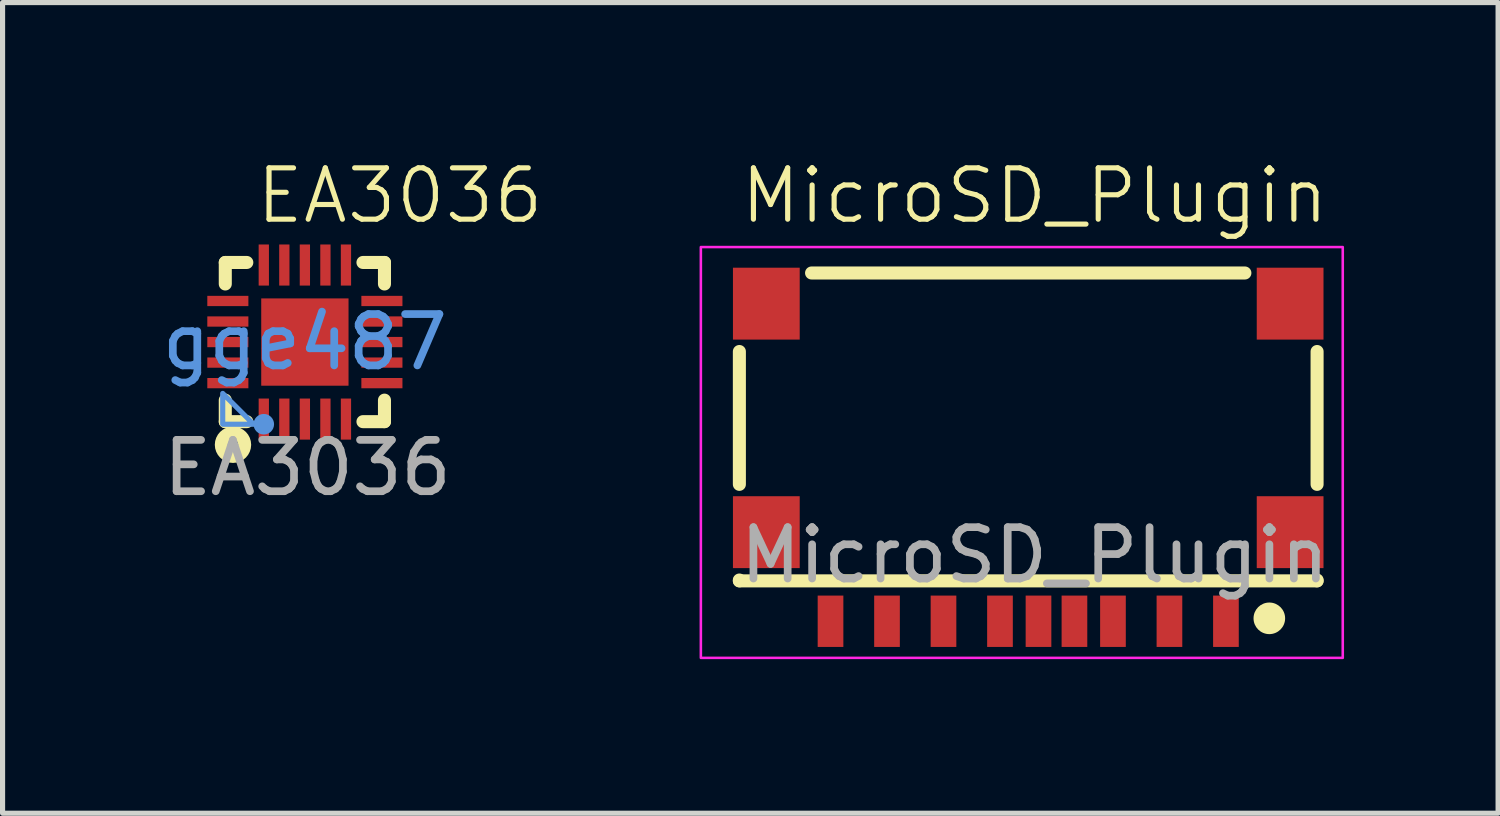
<source format=kicad_pcb>
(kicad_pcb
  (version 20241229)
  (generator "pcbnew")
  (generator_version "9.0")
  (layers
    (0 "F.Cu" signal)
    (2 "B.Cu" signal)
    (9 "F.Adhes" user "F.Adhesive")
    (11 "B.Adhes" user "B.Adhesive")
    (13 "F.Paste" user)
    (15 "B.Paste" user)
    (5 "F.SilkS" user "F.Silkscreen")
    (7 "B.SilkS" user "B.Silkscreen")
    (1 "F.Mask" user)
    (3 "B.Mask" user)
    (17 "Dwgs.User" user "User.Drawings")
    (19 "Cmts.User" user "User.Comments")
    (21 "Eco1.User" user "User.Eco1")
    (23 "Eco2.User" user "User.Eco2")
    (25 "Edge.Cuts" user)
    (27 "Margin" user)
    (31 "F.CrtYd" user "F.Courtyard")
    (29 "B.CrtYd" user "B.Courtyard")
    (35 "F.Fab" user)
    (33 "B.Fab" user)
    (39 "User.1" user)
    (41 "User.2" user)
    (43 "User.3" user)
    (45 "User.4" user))
  (footprint "EA3036"
    (layer "F.Cu")
    (at 2.937 3.561)
    (property "Reference" "EA3036" (at 1.8 -2.8 0) (unlocked yes) (layer "F.SilkS") (effects (font (size 1 1) (thickness 0.1))))
    (attr smd)
    (fp_line (start -1.6 -1.081) (end -1.6 -1.5) (stroke (width 0.254) (type solid)) (layer "F.SilkS"))
    (fp_line (start -1.6 1.6) (end -1.6 1.181) (stroke (width 0.254) (type solid)) (layer "F.SilkS"))
    (fp_line (start -1.6 1.6) (end -1.181 1.6) (stroke (width 0.254) (type solid)) (layer "F.SilkS"))
    (fp_line (start -1.181 -1.5) (end -1.6 -1.5) (stroke (width 0.254) (type solid)) (layer "F.SilkS"))
    (fp_line (start 1.081 1.6) (end 1.5 1.6) (stroke (width 0.254) (type solid)) (layer "F.SilkS"))
    (fp_line (start 1.5 -1.5) (end 1.081 -1.5) (stroke (width 0.254) (type solid)) (layer "F.SilkS"))
    (fp_line (start 1.5 -1.5) (end 1.5 -1.081) (stroke (width 0.254) (type solid)) (layer "F.SilkS"))
    (fp_line (start 1.5 1.181) (end 1.5 1.6) (stroke (width 0.254) (type solid)) (layer "F.SilkS"))
    (fp_circle (center -1.45 2.05) (end -1.35 2.05) (stroke (width 0.254) (type solid)) (fill no) (layer "F.SilkS"))
    (fp_circle (center -0.85 1.65) (end -0.75 1.65) (stroke (width 0.2) (type solid)) (fill no) (layer "Cmts.User"))
    (fp_poly (pts (xy -1.65 1.65) (xy -1.65 1.05) (xy -1.05 1.65)) (stroke (width 0.1) (type solid)) (fill no) (layer "Cmts.User"))
    (fp_text user "gge487" (at -0.05 0.05 0) (layer "Cmts.User") (effects (font (size 1 1) (thickness 0.15))))
    (fp_text user "${REFERENCE}" (at 0 2.5 0) (unlocked yes) (layer "F.Fab") (effects (font (size 1 1) (thickness 0.15))))
    (pad "1" smd rect (at -0.85 1.55 180) (size 0.2 0.8) (layers "F.Cu" "F.Mask" "F.Paste"))
    (pad "2" smd rect (at -0.45 1.55 180) (size 0.2 0.8) (layers "F.Cu" "F.Mask" "F.Paste"))
    (pad "3" smd rect (at -0.05 1.55 180) (size 0.2 0.8) (layers "F.Cu" "F.Mask" "F.Paste"))
    (pad "4" smd rect (at 0.35 1.55 180) (size 0.2 0.8) (layers "F.Cu" "F.Mask" "F.Paste"))
    (pad "5" smd rect (at 0.75 1.55 180) (size 0.2 0.8) (layers "F.Cu" "F.Mask" "F.Paste"))
    (pad "6" smd rect (at 1.45 0.85 90) (size 0.2 0.8) (layers "F.Cu" "F.Mask" "F.Paste"))
    (pad "7" smd rect (at 1.45 0.45 90) (size 0.2 0.8) (layers "F.Cu" "F.Mask" "F.Paste"))
    (pad "8" smd rect (at 1.45 0.05 90) (size 0.2 0.8) (layers "F.Cu" "F.Mask" "F.Paste"))
    (pad "9" smd rect (at 1.45 -0.35 90) (size 0.2 0.8) (layers "F.Cu" "F.Mask" "F.Paste"))
    (pad "10" smd rect (at 1.45 -0.75 90) (size 0.2 0.8) (layers "F.Cu" "F.Mask" "F.Paste"))
    (pad "11" smd rect (at 0.75 -1.45 180) (size 0.2 0.8) (layers "F.Cu" "F.Mask" "F.Paste"))
    (pad "12" smd rect (at 0.35 -1.45 180) (size 0.2 0.8) (layers "F.Cu" "F.Mask" "F.Paste"))
    (pad "13" smd rect (at -0.05 -1.45 180) (size 0.2 0.8) (layers "F.Cu" "F.Mask" "F.Paste"))
    (pad "14" smd rect (at -0.45 -1.45 180) (size 0.2 0.8) (layers "F.Cu" "F.Mask" "F.Paste"))
    (pad "15" smd rect (at -0.85 -1.45 180) (size 0.2 0.8) (layers "F.Cu" "F.Mask" "F.Paste"))
    (pad "16" smd rect (at -1.55 -0.75 270) (size 0.2 0.8) (layers "F.Cu" "F.Mask" "F.Paste"))
    (pad "17" smd rect (at -1.55 -0.35 270) (size 0.2 0.8) (layers "F.Cu" "F.Mask" "F.Paste"))
    (pad "18" smd rect (at -1.55 0.05 270) (size 0.2 0.8) (layers "F.Cu" "F.Mask" "F.Paste"))
    (pad "19" smd rect (at -1.55 0.45 270) (size 0.2 0.8) (layers "F.Cu" "F.Mask" "F.Paste"))
    (pad "20" smd rect (at -1.55 0.85 270) (size 0.2 0.8) (layers "F.Cu" "F.Mask" "F.Paste"))
    (pad "21" smd rect (at -0.05 0.05 270) (size 1.7 1.7) (layers "F.Cu" "F.Mask" "F.Paste")))
  (footprint "MicroSD_Plugin"
    (layer "F.Cu")
    (at 17.098 5.261)
    (property "Reference" "MicroSD_Plugin" (at 0 -4.5 0) (unlocked yes) (layer "F.SilkS") (effects (font (size 1 1) (thickness 0.1))))
    (attr smd)
    (fp_line (start -5.75 1.121) (end -5.75 -1.466) (stroke (width 0.254) (type solid)) (layer "F.SilkS"))
    (fp_line (start -5.75 3) (end -5.75 2.984) (stroke (width 0.254) (type solid)) (layer "F.SilkS"))
    (fp_line (start -4.344 -2.995) (end 4.094 -2.995) (stroke (width 0.254) (type solid)) (layer "F.SilkS"))
    (fp_line (start 5.5 -1.466) (end 5.5 1.121) (stroke (width 0.254) (type solid)) (layer "F.SilkS"))
    (fp_line (start 5.5 2.984) (end 5.5 3) (stroke (width 0.254) (type solid)) (layer "F.SilkS"))
    (fp_line (start 5.5 3) (end -5.75 3) (stroke (width 0.254) (type solid)) (layer "F.SilkS"))
    (fp_circle (center 4.57 3.73) (end 4.75 3.745) (stroke (width 0.254) (type solid)) (fill yes) (layer "F.SilkS"))
    (fp_rect (start -6.5 -3.5) (end 6 4.5) (stroke (width 0.05) (type default)) (fill no) (layer "F.CrtYd"))
    (fp_text user "${REFERENCE}" (at 0 2.5 0) (unlocked yes) (layer "F.Fab") (effects (font (size 1 1) (thickness 0.15))))
    (pad "1" smd rect (at 3.725 3.787) (size 0.5 1) (layers "F.Cu" "F.Mask" "F.Paste"))
    (pad "2" smd rect (at 2.625 3.787) (size 0.5 1) (layers "F.Cu" "F.Mask" "F.Paste"))
    (pad "3" smd rect (at 1.525 3.787) (size 0.5 1) (layers "F.Cu" "F.Mask" "F.Paste"))
    (pad "4" smd rect (at 0.775 3.787) (size 0.5 1) (layers "F.Cu" "F.Mask" "F.Paste"))
    (pad "5" smd rect (at -0.675 3.787) (size 0.5 1) (layers "F.Cu" "F.Mask" "F.Paste"))
    (pad "6" smd rect (at -1.775 3.787) (size 0.5 1) (layers "F.Cu" "F.Mask" "F.Paste"))
    (pad "7" smd rect (at -2.875 3.787) (size 0.5 1) (layers "F.Cu" "F.Mask" "F.Paste"))
    (pad "8" smd rect (at -3.975 3.787) (size 0.5 1) (layers "F.Cu" "F.Mask" "F.Paste"))
    (pad "9" smd rect (at 0.075 3.787) (size 0.5 1) (layers "F.Cu" "F.Mask" "F.Paste"))
    (pad "10" smd rect (at -5.225 -2.398) (size 1.3 1.4) (layers "F.Cu" "F.Mask" "F.Paste"))
    (pad "10" smd rect (at -5.225 2.052) (size 1.3 1.4) (layers "F.Cu" "F.Mask" "F.Paste"))
    (pad "10" smd rect (at 4.975 -2.398) (size 1.3 1.4) (layers "F.Cu" "F.Mask" "F.Paste"))
    (pad "10" smd rect (at 4.975 2.052) (size 1.3 1.4) (layers "F.Cu" "F.Mask" "F.Paste")))
  (gr_rect
    (start -3 -3)
    (end 26.123 12.786)
    (stroke (width 0.1) (type default))
    (fill no)
    (layer "Edge.Cuts")))
</source>
